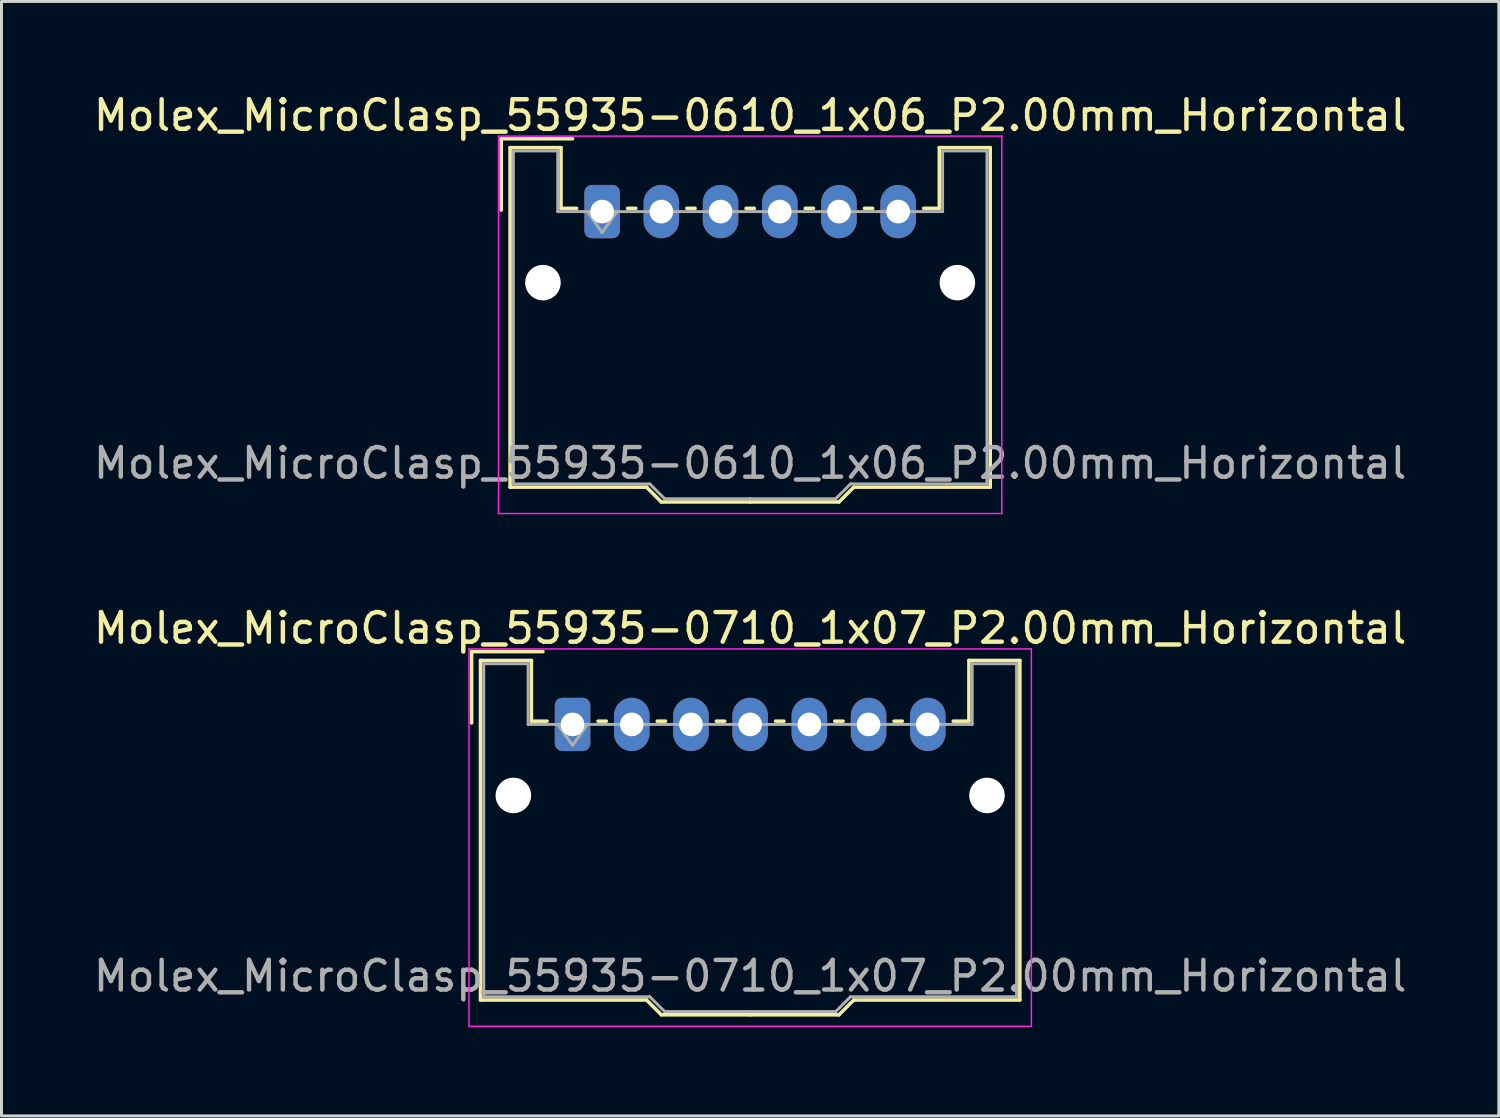
<source format=kicad_pcb>
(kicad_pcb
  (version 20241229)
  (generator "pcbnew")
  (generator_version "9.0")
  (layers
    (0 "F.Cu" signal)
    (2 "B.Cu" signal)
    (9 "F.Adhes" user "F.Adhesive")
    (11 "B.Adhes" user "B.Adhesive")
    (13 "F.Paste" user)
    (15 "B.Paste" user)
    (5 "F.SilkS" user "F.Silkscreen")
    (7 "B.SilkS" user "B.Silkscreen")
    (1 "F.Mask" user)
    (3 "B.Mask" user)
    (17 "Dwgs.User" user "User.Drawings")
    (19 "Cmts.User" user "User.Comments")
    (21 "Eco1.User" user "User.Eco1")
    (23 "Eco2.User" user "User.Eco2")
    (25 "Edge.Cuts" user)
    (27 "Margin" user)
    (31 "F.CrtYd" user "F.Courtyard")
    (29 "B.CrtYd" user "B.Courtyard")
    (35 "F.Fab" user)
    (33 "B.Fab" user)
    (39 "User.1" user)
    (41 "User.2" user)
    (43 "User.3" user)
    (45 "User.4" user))
  (footprint "Molex_MicroClasp_55935-0610_1x06_P2.00mm_Horizontal"
    (layer "F.Cu")
    (at 17.292 4.098)
    (property "Reference" "Molex_MicroClasp_55935-0610_1x06_P2.00mm_Horizontal" (at 5 -3.25 0) (layer "F.SilkS") (effects (font (size 1 1) (thickness 0.15))))
    (attr through_hole)
    (fp_line (start -3.41 -2.46) (end -1 -2.46) (stroke (width 0.12) (type solid)) (layer "F.SilkS"))
    (fp_line (start -3.41 -0.05) (end -3.41 -2.46) (stroke (width 0.12) (type solid)) (layer "F.SilkS"))
    (fp_line (start -3.11 -2.16) (end -1.39 -2.16) (stroke (width 0.12) (type solid)) (layer "F.SilkS"))
    (fp_line (start -3.11 9.31) (end -3.11 -2.16) (stroke (width 0.12) (type solid)) (layer "F.SilkS"))
    (fp_line (start -1.39 -2.16) (end -1.39 -0.11) (stroke (width 0.12) (type solid)) (layer "F.SilkS"))
    (fp_line (start -1.39 -0.11) (end -0.86 -0.11) (stroke (width 0.12) (type solid)) (layer "F.SilkS"))
    (fp_line (start 0.86 -0.11) (end 1.14 -0.11) (stroke (width 0.12) (type solid)) (layer "F.SilkS"))
    (fp_line (start 1.5 9.31) (end -3.11 9.31) (stroke (width 0.12) (type solid)) (layer "F.SilkS"))
    (fp_line (start 2 9.81) (end 1.5 9.31) (stroke (width 0.12) (type solid)) (layer "F.SilkS"))
    (fp_line (start 2.86 -0.11) (end 3.14 -0.11) (stroke (width 0.12) (type solid)) (layer "F.SilkS"))
    (fp_line (start 4.86 -0.11) (end 5.14 -0.11) (stroke (width 0.12) (type solid)) (layer "F.SilkS"))
    (fp_line (start 5 9.81) (end 2 9.81) (stroke (width 0.12) (type solid)) (layer "F.SilkS"))
    (fp_line (start 5 9.81) (end 8 9.81) (stroke (width 0.12) (type solid)) (layer "F.SilkS"))
    (fp_line (start 6.86 -0.11) (end 7.14 -0.11) (stroke (width 0.12) (type solid)) (layer "F.SilkS"))
    (fp_line (start 8 9.81) (end 8.5 9.31) (stroke (width 0.12) (type solid)) (layer "F.SilkS"))
    (fp_line (start 8.5 9.31) (end 13.11 9.31) (stroke (width 0.12) (type solid)) (layer "F.SilkS"))
    (fp_line (start 8.86 -0.11) (end 9.14 -0.11) (stroke (width 0.12) (type solid)) (layer "F.SilkS"))
    (fp_line (start 11.39 -2.16) (end 11.39 -0.11) (stroke (width 0.12) (type solid)) (layer "F.SilkS"))
    (fp_line (start 11.39 -0.11) (end 10.86 -0.11) (stroke (width 0.12) (type solid)) (layer "F.SilkS"))
    (fp_line (start 13.11 -2.16) (end 11.39 -2.16) (stroke (width 0.12) (type solid)) (layer "F.SilkS"))
    (fp_line (start 13.11 9.31) (end 13.11 -2.16) (stroke (width 0.12) (type solid)) (layer "F.SilkS"))
    (fp_line (start -3.5 -2.55) (end -3.5 10.2) (stroke (width 0.05) (type solid)) (layer "F.CrtYd"))
    (fp_line (start -3.5 10.2) (end 13.5 10.2) (stroke (width 0.05) (type solid)) (layer "F.CrtYd"))
    (fp_line (start 13.5 -2.55) (end -3.5 -2.55) (stroke (width 0.05) (type solid)) (layer "F.CrtYd"))
    (fp_line (start 13.5 10.2) (end 13.5 -2.55) (stroke (width 0.05) (type solid)) (layer "F.CrtYd"))
    (fp_line (start -3 -2.05) (end -1.5 -2.05) (stroke (width 0.1) (type solid)) (layer "F.Fab"))
    (fp_line (start -3 9.2) (end -3 -2.05) (stroke (width 0.1) (type solid)) (layer "F.Fab"))
    (fp_line (start -1.5 -2.05) (end -1.5 0) (stroke (width 0.1) (type solid)) (layer "F.Fab"))
    (fp_line (start -1.5 0) (end 5 0) (stroke (width 0.1) (type solid)) (layer "F.Fab"))
    (fp_line (start -0.5 0) (end 0 0.707) (stroke (width 0.1) (type solid)) (layer "F.Fab"))
    (fp_line (start 0 0.707) (end 0.5 0) (stroke (width 0.1) (type solid)) (layer "F.Fab"))
    (fp_line (start 1.61 9.2) (end -3 9.2) (stroke (width 0.1) (type solid)) (layer "F.Fab"))
    (fp_line (start 2.11 9.7) (end 1.61 9.2) (stroke (width 0.1) (type solid)) (layer "F.Fab"))
    (fp_line (start 5 9.7) (end 2.11 9.7) (stroke (width 0.1) (type solid)) (layer "F.Fab"))
    (fp_line (start 5 9.7) (end 7.89 9.7) (stroke (width 0.1) (type solid)) (layer "F.Fab"))
    (fp_line (start 7.89 9.7) (end 8.39 9.2) (stroke (width 0.1) (type solid)) (layer "F.Fab"))
    (fp_line (start 8.39 9.2) (end 13 9.2) (stroke (width 0.1) (type solid)) (layer "F.Fab"))
    (fp_line (start 11.5 -2.05) (end 11.5 0) (stroke (width 0.1) (type solid)) (layer "F.Fab"))
    (fp_line (start 11.5 0) (end 5 0) (stroke (width 0.1) (type solid)) (layer "F.Fab"))
    (fp_line (start 13 -2.05) (end 11.5 -2.05) (stroke (width 0.1) (type solid)) (layer "F.Fab"))
    (fp_line (start 13 9.2) (end 13 -2.05) (stroke (width 0.1) (type solid)) (layer "F.Fab"))
    (fp_text user "${REFERENCE}" (at 5 8.5 0) (layer "F.Fab") (effects (font (size 1 1) (thickness 0.15))))
    (pad "" np_thru_hole circle (at -2 2.4) (size 1.2 1.2) (drill 1.2) (layers "*.Cu" "*.Mask"))
    (pad "" np_thru_hole circle (at 12 2.4) (size 1.2 1.2) (drill 1.2) (layers "*.Cu" "*.Mask"))
    (pad "1" thru_hole roundrect (at 0 0) (size 1.2 1.8) (drill 0.8) (layers "*.Cu" "*.Mask") (roundrect_rratio 0.208))
    (pad "2" thru_hole oval (at 2 0) (size 1.2 1.8) (drill 0.8) (layers "*.Cu" "*.Mask"))
    (pad "3" thru_hole oval (at 4 0) (size 1.2 1.8) (drill 0.8) (layers "*.Cu" "*.Mask"))
    (pad "4" thru_hole oval (at 6 0) (size 1.2 1.8) (drill 0.8) (layers "*.Cu" "*.Mask"))
    (pad "5" thru_hole oval (at 8 0) (size 1.2 1.8) (drill 0.8) (layers "*.Cu" "*.Mask"))
    (pad "6" thru_hole oval (at 10 0) (size 1.2 1.8) (drill 0.8) (layers "*.Cu" "*.Mask")))
  (footprint "Molex_MicroClasp_55935-0710_1x07_P2.00mm_Horizontal"
    (layer "F.Cu")
    (at 16.292 21.422)
    (property "Reference" "Molex_MicroClasp_55935-0710_1x07_P2.00mm_Horizontal" (at 6 -3.25 0) (layer "F.SilkS") (effects (font (size 1 1) (thickness 0.15))))
    (attr through_hole)
    (fp_line (start -3.41 -2.46) (end -1 -2.46) (stroke (width 0.12) (type solid)) (layer "F.SilkS"))
    (fp_line (start -3.41 -0.05) (end -3.41 -2.46) (stroke (width 0.12) (type solid)) (layer "F.SilkS"))
    (fp_line (start -3.11 -2.16) (end -1.39 -2.16) (stroke (width 0.12) (type solid)) (layer "F.SilkS"))
    (fp_line (start -3.11 9.31) (end -3.11 -2.16) (stroke (width 0.12) (type solid)) (layer "F.SilkS"))
    (fp_line (start -1.39 -2.16) (end -1.39 -0.11) (stroke (width 0.12) (type solid)) (layer "F.SilkS"))
    (fp_line (start -1.39 -0.11) (end -0.86 -0.11) (stroke (width 0.12) (type solid)) (layer "F.SilkS"))
    (fp_line (start 0.86 -0.11) (end 1.14 -0.11) (stroke (width 0.12) (type solid)) (layer "F.SilkS"))
    (fp_line (start 2.5 9.31) (end -3.11 9.31) (stroke (width 0.12) (type solid)) (layer "F.SilkS"))
    (fp_line (start 2.86 -0.11) (end 3.14 -0.11) (stroke (width 0.12) (type solid)) (layer "F.SilkS"))
    (fp_line (start 3 9.81) (end 2.5 9.31) (stroke (width 0.12) (type solid)) (layer "F.SilkS"))
    (fp_line (start 4.86 -0.11) (end 5.14 -0.11) (stroke (width 0.12) (type solid)) (layer "F.SilkS"))
    (fp_line (start 6 9.81) (end 3 9.81) (stroke (width 0.12) (type solid)) (layer "F.SilkS"))
    (fp_line (start 6 9.81) (end 9 9.81) (stroke (width 0.12) (type solid)) (layer "F.SilkS"))
    (fp_line (start 6.86 -0.11) (end 7.14 -0.11) (stroke (width 0.12) (type solid)) (layer "F.SilkS"))
    (fp_line (start 8.86 -0.11) (end 9.14 -0.11) (stroke (width 0.12) (type solid)) (layer "F.SilkS"))
    (fp_line (start 9 9.81) (end 9.5 9.31) (stroke (width 0.12) (type solid)) (layer "F.SilkS"))
    (fp_line (start 9.5 9.31) (end 15.11 9.31) (stroke (width 0.12) (type solid)) (layer "F.SilkS"))
    (fp_line (start 10.86 -0.11) (end 11.14 -0.11) (stroke (width 0.12) (type solid)) (layer "F.SilkS"))
    (fp_line (start 13.39 -2.16) (end 13.39 -0.11) (stroke (width 0.12) (type solid)) (layer "F.SilkS"))
    (fp_line (start 13.39 -0.11) (end 12.86 -0.11) (stroke (width 0.12) (type solid)) (layer "F.SilkS"))
    (fp_line (start 15.11 -2.16) (end 13.39 -2.16) (stroke (width 0.12) (type solid)) (layer "F.SilkS"))
    (fp_line (start 15.11 9.31) (end 15.11 -2.16) (stroke (width 0.12) (type solid)) (layer "F.SilkS"))
    (fp_line (start -3.5 -2.55) (end -3.5 10.2) (stroke (width 0.05) (type solid)) (layer "F.CrtYd"))
    (fp_line (start -3.5 10.2) (end 15.5 10.2) (stroke (width 0.05) (type solid)) (layer "F.CrtYd"))
    (fp_line (start 15.5 -2.55) (end -3.5 -2.55) (stroke (width 0.05) (type solid)) (layer "F.CrtYd"))
    (fp_line (start 15.5 10.2) (end 15.5 -2.55) (stroke (width 0.05) (type solid)) (layer "F.CrtYd"))
    (fp_line (start -3 -2.05) (end -1.5 -2.05) (stroke (width 0.1) (type solid)) (layer "F.Fab"))
    (fp_line (start -3 9.2) (end -3 -2.05) (stroke (width 0.1) (type solid)) (layer "F.Fab"))
    (fp_line (start -1.5 -2.05) (end -1.5 0) (stroke (width 0.1) (type solid)) (layer "F.Fab"))
    (fp_line (start -1.5 0) (end 6 0) (stroke (width 0.1) (type solid)) (layer "F.Fab"))
    (fp_line (start -0.5 0) (end 0 0.707) (stroke (width 0.1) (type solid)) (layer "F.Fab"))
    (fp_line (start 0 0.707) (end 0.5 0) (stroke (width 0.1) (type solid)) (layer "F.Fab"))
    (fp_line (start 2.61 9.2) (end -3 9.2) (stroke (width 0.1) (type solid)) (layer "F.Fab"))
    (fp_line (start 3.11 9.7) (end 2.61 9.2) (stroke (width 0.1) (type solid)) (layer "F.Fab"))
    (fp_line (start 6 9.7) (end 3.11 9.7) (stroke (width 0.1) (type solid)) (layer "F.Fab"))
    (fp_line (start 6 9.7) (end 8.89 9.7) (stroke (width 0.1) (type solid)) (layer "F.Fab"))
    (fp_line (start 8.89 9.7) (end 9.39 9.2) (stroke (width 0.1) (type solid)) (layer "F.Fab"))
    (fp_line (start 9.39 9.2) (end 15 9.2) (stroke (width 0.1) (type solid)) (layer "F.Fab"))
    (fp_line (start 13.5 -2.05) (end 13.5 0) (stroke (width 0.1) (type solid)) (layer "F.Fab"))
    (fp_line (start 13.5 0) (end 6 0) (stroke (width 0.1) (type solid)) (layer "F.Fab"))
    (fp_line (start 15 -2.05) (end 13.5 -2.05) (stroke (width 0.1) (type solid)) (layer "F.Fab"))
    (fp_line (start 15 9.2) (end 15 -2.05) (stroke (width 0.1) (type solid)) (layer "F.Fab"))
    (fp_text user "${REFERENCE}" (at 6 8.5 0) (layer "F.Fab") (effects (font (size 1 1) (thickness 0.15))))
    (pad "" np_thru_hole circle (at -2 2.4) (size 1.2 1.2) (drill 1.2) (layers "*.Cu" "*.Mask"))
    (pad "" np_thru_hole circle (at 14 2.4) (size 1.2 1.2) (drill 1.2) (layers "*.Cu" "*.Mask"))
    (pad "1" thru_hole roundrect (at 0 0) (size 1.2 1.8) (drill 0.8) (layers "*.Cu" "*.Mask") (roundrect_rratio 0.208))
    (pad "2" thru_hole oval (at 2 0) (size 1.2 1.8) (drill 0.8) (layers "*.Cu" "*.Mask"))
    (pad "3" thru_hole oval (at 4 0) (size 1.2 1.8) (drill 0.8) (layers "*.Cu" "*.Mask"))
    (pad "4" thru_hole oval (at 6 0) (size 1.2 1.8) (drill 0.8) (layers "*.Cu" "*.Mask"))
    (pad "5" thru_hole oval (at 8 0) (size 1.2 1.8) (drill 0.8) (layers "*.Cu" "*.Mask"))
    (pad "6" thru_hole oval (at 10 0) (size 1.2 1.8) (drill 0.8) (layers "*.Cu" "*.Mask"))
    (pad "7" thru_hole oval (at 12 0) (size 1.2 1.8) (drill 0.8) (layers "*.Cu" "*.Mask")))
  (gr_rect
    (start -3 -3)
    (end 47.583 34.647)
    (stroke (width 0.1) (type default))
    (fill no)
    (layer "Edge.Cuts")))
</source>
